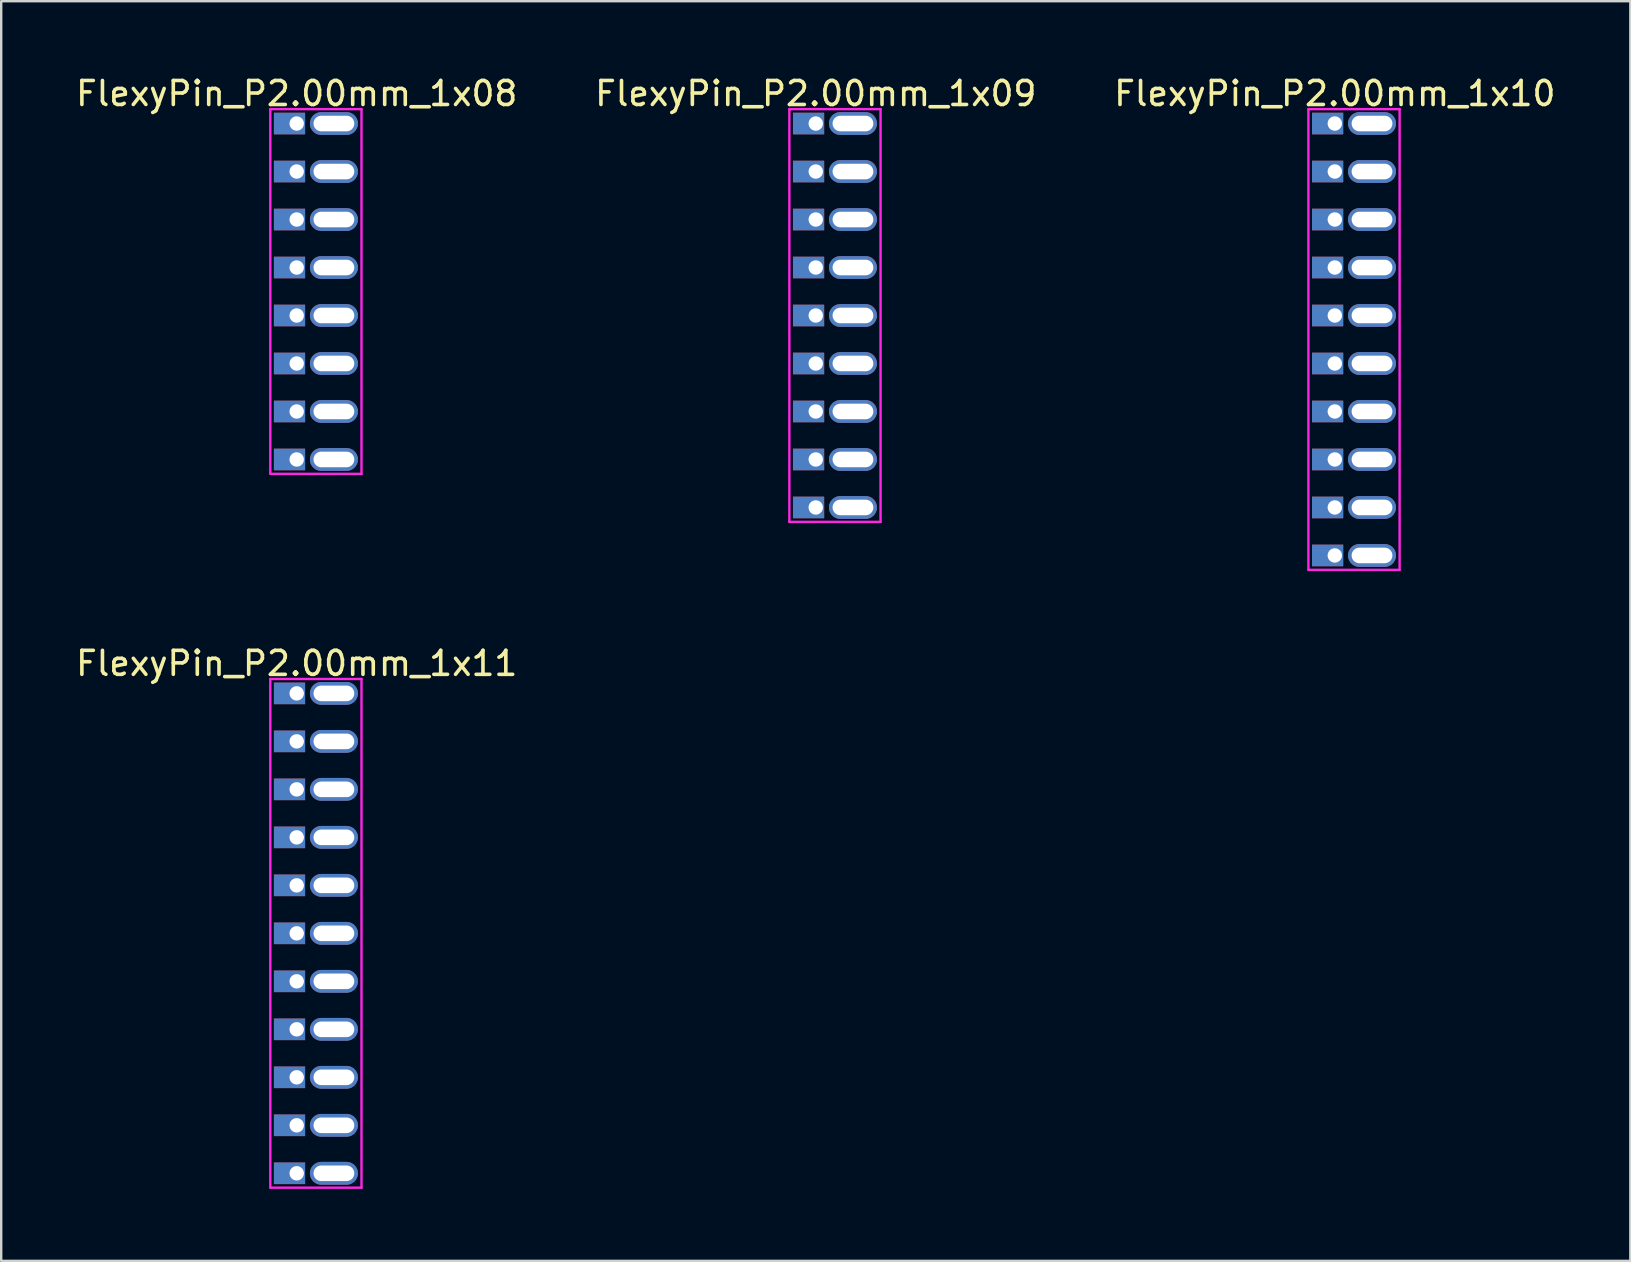
<source format=kicad_pcb>
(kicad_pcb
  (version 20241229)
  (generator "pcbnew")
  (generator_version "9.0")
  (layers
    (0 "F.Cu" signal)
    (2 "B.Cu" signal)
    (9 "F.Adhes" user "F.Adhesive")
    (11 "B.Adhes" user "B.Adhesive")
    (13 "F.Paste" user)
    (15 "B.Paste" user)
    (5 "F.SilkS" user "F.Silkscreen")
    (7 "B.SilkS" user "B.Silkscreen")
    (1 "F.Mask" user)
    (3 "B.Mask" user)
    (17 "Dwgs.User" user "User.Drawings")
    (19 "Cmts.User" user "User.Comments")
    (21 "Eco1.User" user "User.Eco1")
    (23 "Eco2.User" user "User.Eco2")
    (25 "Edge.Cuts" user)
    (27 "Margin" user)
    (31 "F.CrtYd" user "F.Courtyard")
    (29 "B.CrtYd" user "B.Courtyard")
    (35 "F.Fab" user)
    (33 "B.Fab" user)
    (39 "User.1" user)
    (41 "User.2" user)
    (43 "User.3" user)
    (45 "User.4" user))
  (footprint "FlexyPin_P2.00mm_1x10"
    (layer "F.Cu")
    (at 52.577 2.098)
    (property "Reference" "FlexyPin_P2.00mm_1x10" (at 0 -1.25 0) (layer "F.SilkS") (effects (font (size 1 1) (thickness 0.15))))
    (attr through_hole)
    (fp_line (start -1.1 -0.6) (end 2.7 -0.6) (stroke (width 0.1) (type solid)) (layer "F.CrtYd"))
    (fp_line (start -1.1 18.6) (end -1.1 -0.6) (stroke (width 0.1) (type solid)) (layer "F.CrtYd"))
    (fp_line (start 2.7 -0.6) (end 2.7 18.6) (stroke (width 0.1) (type solid)) (layer "F.CrtYd"))
    (fp_line (start 2.7 18.6) (end -1.1 18.6) (stroke (width 0.1) (type solid)) (layer "F.CrtYd"))
    (pad "" thru_hole oval (at 1.55 0) (size 2 0.95) (drill oval 1.7 0.65) (layers "*.Cu" "*.Mask"))
    (pad "" thru_hole oval (at 1.55 2) (size 2 0.95) (drill oval 1.7 0.65) (layers "*.Cu" "*.Mask"))
    (pad "" thru_hole oval (at 1.55 4) (size 2 0.95) (drill oval 1.7 0.65) (layers "*.Cu" "*.Mask"))
    (pad "" thru_hole oval (at 1.55 6) (size 2 0.95) (drill oval 1.7 0.65) (layers "*.Cu" "*.Mask"))
    (pad "" thru_hole oval (at 1.55 8) (size 2 0.95) (drill oval 1.7 0.65) (layers "*.Cu" "*.Mask"))
    (pad "" thru_hole oval (at 1.55 10) (size 2 0.95) (drill oval 1.7 0.65) (layers "*.Cu" "*.Mask"))
    (pad "" thru_hole oval (at 1.55 12) (size 2 0.95) (drill oval 1.7 0.65) (layers "*.Cu" "*.Mask"))
    (pad "" thru_hole oval (at 1.55 14) (size 2 0.95) (drill oval 1.7 0.65) (layers "*.Cu" "*.Mask"))
    (pad "" thru_hole oval (at 1.55 16) (size 2 0.95) (drill oval 1.7 0.65) (layers "*.Cu" "*.Mask"))
    (pad "" thru_hole oval (at 1.55 18) (size 2 0.95) (drill oval 1.7 0.65) (layers "*.Cu" "*.Mask"))
    (pad "1" thru_hole rect (at 0 0) (size 1.3 0.9) (drill 0.6 (offset -0.3 0)) (layers "*.Cu" "*.Mask"))
    (pad "2" thru_hole rect (at 0 2) (size 1.3 0.9) (drill 0.6 (offset -0.3 0)) (layers "*.Cu" "*.Mask"))
    (pad "3" thru_hole rect (at 0 4) (size 1.3 0.9) (drill 0.6 (offset -0.3 0)) (layers "*.Cu" "*.Mask"))
    (pad "4" thru_hole rect (at 0 6) (size 1.3 0.9) (drill 0.6 (offset -0.3 0)) (layers "*.Cu" "*.Mask"))
    (pad "5" thru_hole rect (at 0 8) (size 1.3 0.9) (drill 0.6 (offset -0.3 0)) (layers "*.Cu" "*.Mask"))
    (pad "6" thru_hole rect (at 0 10) (size 1.3 0.9) (drill 0.6 (offset -0.3 0)) (layers "*.Cu" "*.Mask"))
    (pad "7" thru_hole rect (at 0 12) (size 1.3 0.9) (drill 0.6 (offset -0.3 0)) (layers "*.Cu" "*.Mask"))
    (pad "8" thru_hole rect (at 0 14) (size 1.3 0.9) (drill 0.6 (offset -0.3 0)) (layers "*.Cu" "*.Mask"))
    (pad "9" thru_hole rect (at 0 16) (size 1.3 0.9) (drill 0.6 (offset -0.3 0)) (layers "*.Cu" "*.Mask"))
    (pad "10" thru_hole rect (at 0 18) (size 1.3 0.9) (drill 0.6 (offset -0.3 0)) (layers "*.Cu" "*.Mask")))
  (footprint "FlexyPin_P2.00mm_1x11"
    (layer "F.Cu")
    (at 9.315 25.846)
    (property "Reference" "FlexyPin_P2.00mm_1x11" (at 0 -1.25 0) (layer "F.SilkS") (effects (font (size 1 1) (thickness 0.15))))
    (attr through_hole)
    (fp_line (start -1.1 -0.6) (end 2.7 -0.6) (stroke (width 0.1) (type solid)) (layer "F.CrtYd"))
    (fp_line (start -1.1 20.6) (end -1.1 -0.6) (stroke (width 0.1) (type solid)) (layer "F.CrtYd"))
    (fp_line (start 2.7 -0.6) (end 2.7 20.6) (stroke (width 0.1) (type solid)) (layer "F.CrtYd"))
    (fp_line (start 2.7 20.6) (end -1.1 20.6) (stroke (width 0.1) (type solid)) (layer "F.CrtYd"))
    (pad "" thru_hole oval (at 1.55 0) (size 2 0.95) (drill oval 1.7 0.65) (layers "*.Cu" "*.Mask"))
    (pad "" thru_hole oval (at 1.55 2) (size 2 0.95) (drill oval 1.7 0.65) (layers "*.Cu" "*.Mask"))
    (pad "" thru_hole oval (at 1.55 4) (size 2 0.95) (drill oval 1.7 0.65) (layers "*.Cu" "*.Mask"))
    (pad "" thru_hole oval (at 1.55 6) (size 2 0.95) (drill oval 1.7 0.65) (layers "*.Cu" "*.Mask"))
    (pad "" thru_hole oval (at 1.55 8) (size 2 0.95) (drill oval 1.7 0.65) (layers "*.Cu" "*.Mask"))
    (pad "" thru_hole oval (at 1.55 10) (size 2 0.95) (drill oval 1.7 0.65) (layers "*.Cu" "*.Mask"))
    (pad "" thru_hole oval (at 1.55 12) (size 2 0.95) (drill oval 1.7 0.65) (layers "*.Cu" "*.Mask"))
    (pad "" thru_hole oval (at 1.55 14) (size 2 0.95) (drill oval 1.7 0.65) (layers "*.Cu" "*.Mask"))
    (pad "" thru_hole oval (at 1.55 16) (size 2 0.95) (drill oval 1.7 0.65) (layers "*.Cu" "*.Mask"))
    (pad "" thru_hole oval (at 1.55 18) (size 2 0.95) (drill oval 1.7 0.65) (layers "*.Cu" "*.Mask"))
    (pad "" thru_hole oval (at 1.55 20) (size 2 0.95) (drill oval 1.7 0.65) (layers "*.Cu" "*.Mask"))
    (pad "1" thru_hole rect (at 0 0) (size 1.3 0.9) (drill 0.6 (offset -0.3 0)) (layers "*.Cu" "*.Mask"))
    (pad "2" thru_hole rect (at 0 2) (size 1.3 0.9) (drill 0.6 (offset -0.3 0)) (layers "*.Cu" "*.Mask"))
    (pad "3" thru_hole rect (at 0 4) (size 1.3 0.9) (drill 0.6 (offset -0.3 0)) (layers "*.Cu" "*.Mask"))
    (pad "4" thru_hole rect (at 0 6) (size 1.3 0.9) (drill 0.6 (offset -0.3 0)) (layers "*.Cu" "*.Mask"))
    (pad "5" thru_hole rect (at 0 8) (size 1.3 0.9) (drill 0.6 (offset -0.3 0)) (layers "*.Cu" "*.Mask"))
    (pad "6" thru_hole rect (at 0 10) (size 1.3 0.9) (drill 0.6 (offset -0.3 0)) (layers "*.Cu" "*.Mask"))
    (pad "7" thru_hole rect (at 0 12) (size 1.3 0.9) (drill 0.6 (offset -0.3 0)) (layers "*.Cu" "*.Mask"))
    (pad "8" thru_hole rect (at 0 14) (size 1.3 0.9) (drill 0.6 (offset -0.3 0)) (layers "*.Cu" "*.Mask"))
    (pad "9" thru_hole rect (at 0 16) (size 1.3 0.9) (drill 0.6 (offset -0.3 0)) (layers "*.Cu" "*.Mask"))
    (pad "10" thru_hole rect (at 0 18) (size 1.3 0.9) (drill 0.6 (offset -0.3 0)) (layers "*.Cu" "*.Mask"))
    (pad "11" thru_hole rect (at 0 20) (size 1.3 0.9) (drill 0.6 (offset -0.3 0)) (layers "*.Cu" "*.Mask")))
  (footprint "FlexyPin_P2.00mm_1x09"
    (layer "F.Cu")
    (at 30.946 2.098)
    (property "Reference" "FlexyPin_P2.00mm_1x09" (at 0 -1.25 0) (layer "F.SilkS") (effects (font (size 1 1) (thickness 0.15))))
    (attr through_hole)
    (fp_line (start -1.1 -0.6) (end 2.7 -0.6) (stroke (width 0.1) (type solid)) (layer "F.CrtYd"))
    (fp_line (start -1.1 16.6) (end -1.1 -0.6) (stroke (width 0.1) (type solid)) (layer "F.CrtYd"))
    (fp_line (start 2.7 -0.6) (end 2.7 16.6) (stroke (width 0.1) (type solid)) (layer "F.CrtYd"))
    (fp_line (start 2.7 16.6) (end -1.1 16.6) (stroke (width 0.1) (type solid)) (layer "F.CrtYd"))
    (pad "" thru_hole oval (at 1.55 0) (size 2 0.95) (drill oval 1.7 0.65) (layers "*.Cu" "*.Mask"))
    (pad "" thru_hole oval (at 1.55 2) (size 2 0.95) (drill oval 1.7 0.65) (layers "*.Cu" "*.Mask"))
    (pad "" thru_hole oval (at 1.55 4) (size 2 0.95) (drill oval 1.7 0.65) (layers "*.Cu" "*.Mask"))
    (pad "" thru_hole oval (at 1.55 6) (size 2 0.95) (drill oval 1.7 0.65) (layers "*.Cu" "*.Mask"))
    (pad "" thru_hole oval (at 1.55 8) (size 2 0.95) (drill oval 1.7 0.65) (layers "*.Cu" "*.Mask"))
    (pad "" thru_hole oval (at 1.55 10) (size 2 0.95) (drill oval 1.7 0.65) (layers "*.Cu" "*.Mask"))
    (pad "" thru_hole oval (at 1.55 12) (size 2 0.95) (drill oval 1.7 0.65) (layers "*.Cu" "*.Mask"))
    (pad "" thru_hole oval (at 1.55 14) (size 2 0.95) (drill oval 1.7 0.65) (layers "*.Cu" "*.Mask"))
    (pad "" thru_hole oval (at 1.55 16) (size 2 0.95) (drill oval 1.7 0.65) (layers "*.Cu" "*.Mask"))
    (pad "1" thru_hole rect (at 0 0) (size 1.3 0.9) (drill 0.6 (offset -0.3 0)) (layers "*.Cu" "*.Mask"))
    (pad "2" thru_hole rect (at 0 2) (size 1.3 0.9) (drill 0.6 (offset -0.3 0)) (layers "*.Cu" "*.Mask"))
    (pad "3" thru_hole rect (at 0 4) (size 1.3 0.9) (drill 0.6 (offset -0.3 0)) (layers "*.Cu" "*.Mask"))
    (pad "4" thru_hole rect (at 0 6) (size 1.3 0.9) (drill 0.6 (offset -0.3 0)) (layers "*.Cu" "*.Mask"))
    (pad "5" thru_hole rect (at 0 8) (size 1.3 0.9) (drill 0.6 (offset -0.3 0)) (layers "*.Cu" "*.Mask"))
    (pad "6" thru_hole rect (at 0 10) (size 1.3 0.9) (drill 0.6 (offset -0.3 0)) (layers "*.Cu" "*.Mask"))
    (pad "7" thru_hole rect (at 0 12) (size 1.3 0.9) (drill 0.6 (offset -0.3 0)) (layers "*.Cu" "*.Mask"))
    (pad "8" thru_hole rect (at 0 14) (size 1.3 0.9) (drill 0.6 (offset -0.3 0)) (layers "*.Cu" "*.Mask"))
    (pad "9" thru_hole rect (at 0 16) (size 1.3 0.9) (drill 0.6 (offset -0.3 0)) (layers "*.Cu" "*.Mask")))
  (footprint "FlexyPin_P2.00mm_1x08"
    (layer "F.Cu")
    (at 9.315 2.098)
    (property "Reference" "FlexyPin_P2.00mm_1x08" (at 0 -1.25 0) (layer "F.SilkS") (effects (font (size 1 1) (thickness 0.15))))
    (attr through_hole)
    (fp_line (start -1.1 -0.6) (end 2.7 -0.6) (stroke (width 0.1) (type solid)) (layer "F.CrtYd"))
    (fp_line (start -1.1 14.6) (end -1.1 -0.6) (stroke (width 0.1) (type solid)) (layer "F.CrtYd"))
    (fp_line (start 2.7 -0.6) (end 2.7 14.6) (stroke (width 0.1) (type solid)) (layer "F.CrtYd"))
    (fp_line (start 2.7 14.6) (end -1.1 14.6) (stroke (width 0.1) (type solid)) (layer "F.CrtYd"))
    (pad "" thru_hole oval (at 1.55 0) (size 2 0.95) (drill oval 1.7 0.65) (layers "*.Cu" "*.Mask"))
    (pad "" thru_hole oval (at 1.55 2) (size 2 0.95) (drill oval 1.7 0.65) (layers "*.Cu" "*.Mask"))
    (pad "" thru_hole oval (at 1.55 4) (size 2 0.95) (drill oval 1.7 0.65) (layers "*.Cu" "*.Mask"))
    (pad "" thru_hole oval (at 1.55 6) (size 2 0.95) (drill oval 1.7 0.65) (layers "*.Cu" "*.Mask"))
    (pad "" thru_hole oval (at 1.55 8) (size 2 0.95) (drill oval 1.7 0.65) (layers "*.Cu" "*.Mask"))
    (pad "" thru_hole oval (at 1.55 10) (size 2 0.95) (drill oval 1.7 0.65) (layers "*.Cu" "*.Mask"))
    (pad "" thru_hole oval (at 1.55 12) (size 2 0.95) (drill oval 1.7 0.65) (layers "*.Cu" "*.Mask"))
    (pad "" thru_hole oval (at 1.55 14) (size 2 0.95) (drill oval 1.7 0.65) (layers "*.Cu" "*.Mask"))
    (pad "1" thru_hole rect (at 0 0) (size 1.3 0.9) (drill 0.6 (offset -0.3 0)) (layers "*.Cu" "*.Mask"))
    (pad "2" thru_hole rect (at 0 2) (size 1.3 0.9) (drill 0.6 (offset -0.3 0)) (layers "*.Cu" "*.Mask"))
    (pad "3" thru_hole rect (at 0 4) (size 1.3 0.9) (drill 0.6 (offset -0.3 0)) (layers "*.Cu" "*.Mask"))
    (pad "4" thru_hole rect (at 0 6) (size 1.3 0.9) (drill 0.6 (offset -0.3 0)) (layers "*.Cu" "*.Mask"))
    (pad "5" thru_hole rect (at 0 8) (size 1.3 0.9) (drill 0.6 (offset -0.3 0)) (layers "*.Cu" "*.Mask"))
    (pad "6" thru_hole rect (at 0 10) (size 1.3 0.9) (drill 0.6 (offset -0.3 0)) (layers "*.Cu" "*.Mask"))
    (pad "7" thru_hole rect (at 0 12) (size 1.3 0.9) (drill 0.6 (offset -0.3 0)) (layers "*.Cu" "*.Mask"))
    (pad "8" thru_hole rect (at 0 14) (size 1.3 0.9) (drill 0.6 (offset -0.3 0)) (layers "*.Cu" "*.Mask")))
  (gr_rect
    (start -3 -3)
    (end 64.893 49.496)
    (stroke (width 0.1) (type default))
    (fill no)
    (layer "Edge.Cuts")))
</source>
